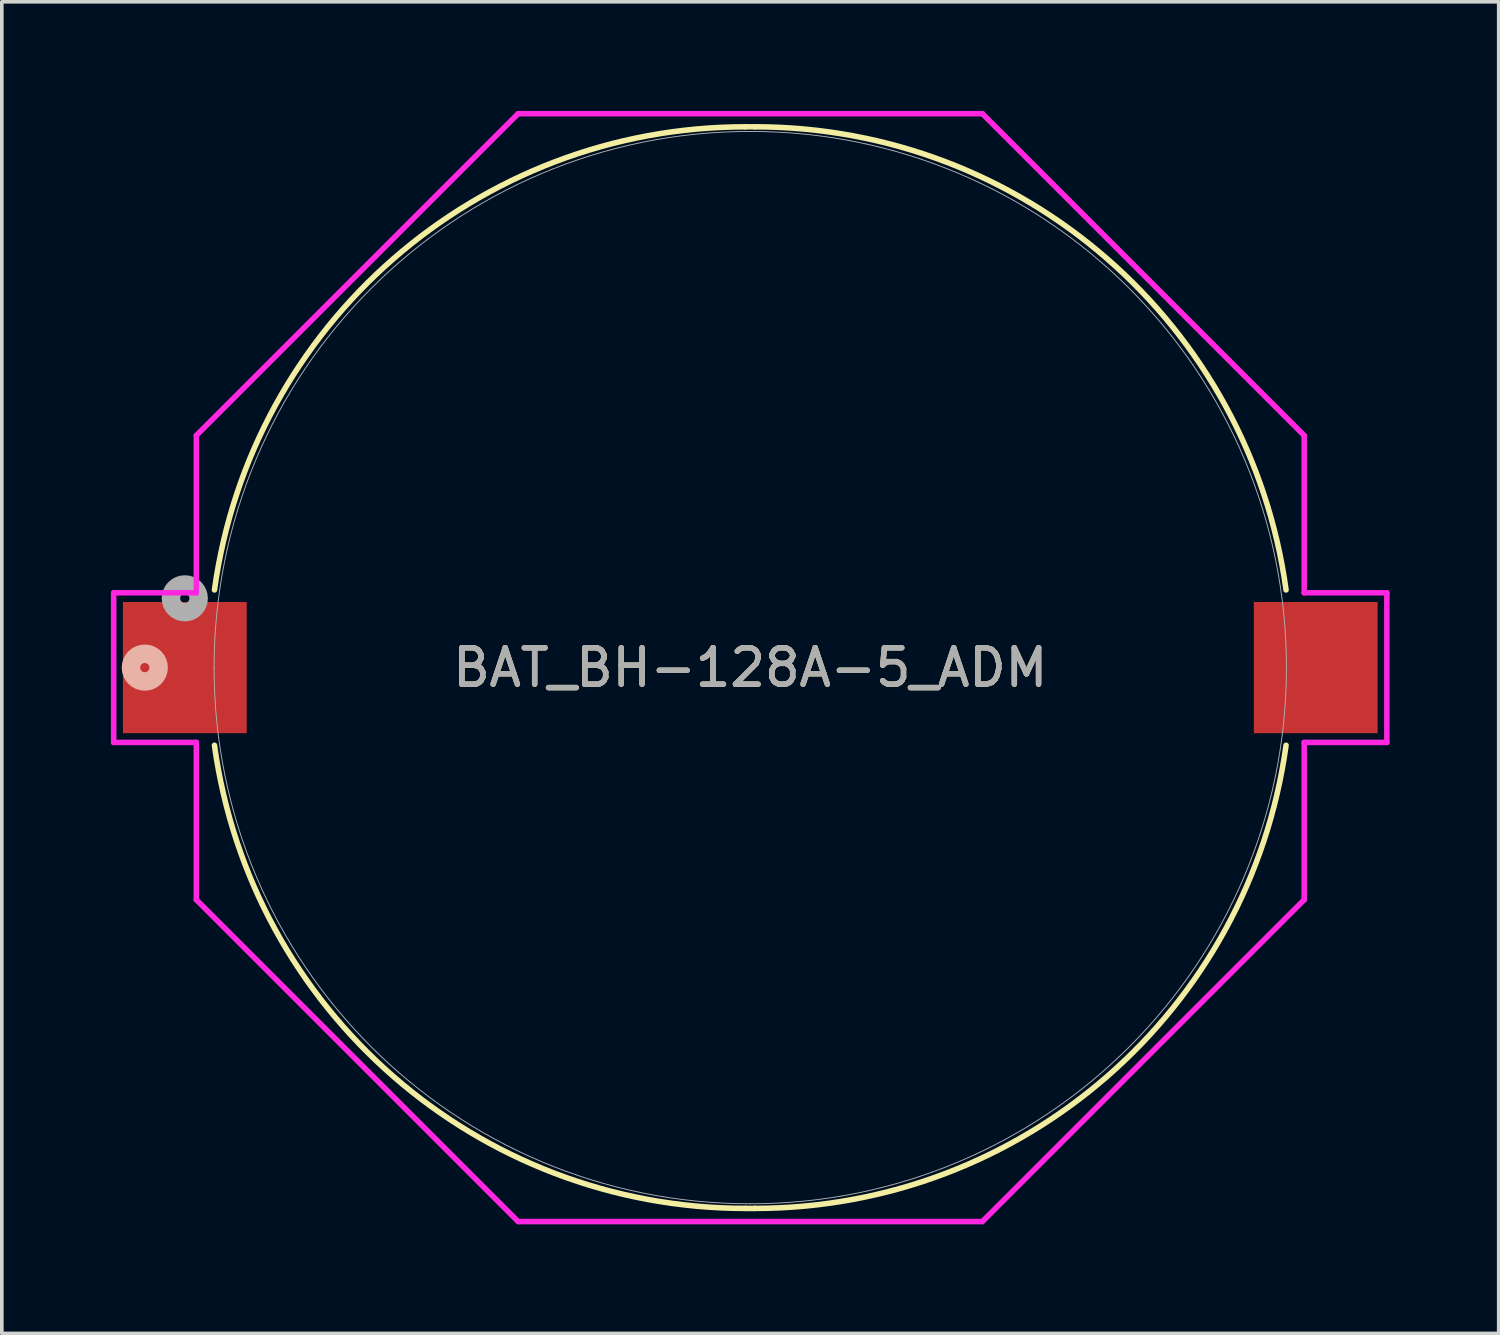
<source format=kicad_pcb>
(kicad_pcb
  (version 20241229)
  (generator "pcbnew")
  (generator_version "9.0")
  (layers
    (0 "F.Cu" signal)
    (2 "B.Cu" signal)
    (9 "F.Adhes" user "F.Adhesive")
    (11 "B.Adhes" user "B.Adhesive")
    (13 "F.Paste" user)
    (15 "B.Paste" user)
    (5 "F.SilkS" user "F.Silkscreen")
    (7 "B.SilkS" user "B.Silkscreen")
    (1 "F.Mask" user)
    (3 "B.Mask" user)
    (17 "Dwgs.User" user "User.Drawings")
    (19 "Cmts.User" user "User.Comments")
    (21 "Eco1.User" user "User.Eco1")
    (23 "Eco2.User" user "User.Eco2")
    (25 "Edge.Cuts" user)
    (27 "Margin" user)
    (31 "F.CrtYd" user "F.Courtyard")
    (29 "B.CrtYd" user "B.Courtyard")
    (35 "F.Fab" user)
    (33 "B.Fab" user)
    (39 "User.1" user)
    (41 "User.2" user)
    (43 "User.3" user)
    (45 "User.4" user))
  (footprint "BAT_BH-128A-5_ADM"
    (layer "F.Cu")
    (at 17.582 15.309)
    (property "Reference" "BAT_BH-128A-5_ADM" (at 0 0 0) (unlocked yes) (layer "F.SilkS") (effects (font (size 1 1) (thickness 0.15))))
    (attr smd)
    (fp_line (start -0.127 14.872) (end 0.127 14.872) (stroke (width 0.152) (type solid)) (layer "F.SilkS"))
    (fp_line (start 0.127 -14.872) (end -0.127 -14.872) (stroke (width 0.152) (type solid)) (layer "F.SilkS"))
    (fp_arc (start -14.734174 -2.136139) (mid -9.816737 -11.240738) (end -0.127 -14.8717) (stroke (width 0.1524) (type solid)) (layer "F.SilkS"))
    (fp_arc (start -0.126996 14.8717) (mid -9.816735 11.24074) (end -14.734174 2.136143) (stroke (width 0.1524) (type solid)) (layer "F.SilkS"))
    (fp_arc (start 0.127001 -14.8717) (mid 9.816737 -11.240738) (end 14.734174 -2.13614) (stroke (width 0.1524) (type solid)) (layer "F.SilkS"))
    (fp_arc (start 14.734174 2.136139) (mid 9.816737 11.240738) (end 0.127 14.8717) (stroke (width 0.1524) (type solid)) (layer "F.SilkS"))
    (fp_circle (center -16.65 0) (end -16.269 0) (stroke (width 0.508) (type solid)) (fill no) (layer "B.SilkS"))
    (fp_line (start -17.506 -2.057) (end -17.506 2.057) (stroke (width 0.152) (type solid)) (layer "F.CrtYd"))
    (fp_line (start -17.506 2.057) (end -15.233 2.057) (stroke (width 0.152) (type solid)) (layer "F.CrtYd"))
    (fp_line (start -15.233 6.383) (end -6.383 15.233) (stroke (width 0.152) (type solid)) (layer "F.CrtYd"))
    (fp_line (start -15.233 -6.383) (end -15.233 -2.057) (stroke (width 0.152) (type solid)) (layer "F.CrtYd"))
    (fp_line (start -15.233 -2.057) (end -17.506 -2.057) (stroke (width 0.152) (type solid)) (layer "F.CrtYd"))
    (fp_line (start -15.233 2.057) (end -15.233 6.383) (stroke (width 0.152) (type solid)) (layer "F.CrtYd"))
    (fp_line (start -6.383 15.233) (end 6.383 15.233) (stroke (width 0.152) (type solid)) (layer "F.CrtYd"))
    (fp_line (start -6.383 -15.233) (end -15.233 -6.383) (stroke (width 0.152) (type solid)) (layer "F.CrtYd"))
    (fp_line (start 6.383 15.233) (end 15.233 6.383) (stroke (width 0.152) (type solid)) (layer "F.CrtYd"))
    (fp_line (start 6.383 -15.233) (end -6.383 -15.233) (stroke (width 0.152) (type solid)) (layer "F.CrtYd"))
    (fp_line (start 15.233 6.383) (end 15.233 2.057) (stroke (width 0.152) (type solid)) (layer "F.CrtYd"))
    (fp_line (start 15.233 -6.383) (end 6.383 -15.233) (stroke (width 0.152) (type solid)) (layer "F.CrtYd"))
    (fp_line (start 15.233 -2.057) (end 15.233 -6.383) (stroke (width 0.152) (type solid)) (layer "F.CrtYd"))
    (fp_line (start 15.233 2.057) (end 17.506 2.057) (stroke (width 0.152) (type solid)) (layer "F.CrtYd"))
    (fp_line (start 17.506 -2.057) (end 15.233 -2.057) (stroke (width 0.152) (type solid)) (layer "F.CrtYd"))
    (fp_line (start 17.506 2.057) (end 17.506 -2.057) (stroke (width 0.152) (type solid)) (layer "F.CrtYd"))
    (fp_line (start -14.745 0) (end -14.745 0) (stroke (width 0.025) (type solid)) (layer "F.Fab"))
    (fp_line (start 0 -14.745) (end 0 -14.745) (stroke (width 0.025) (type solid)) (layer "F.Fab"))
    (fp_line (start 0 14.745) (end 0 14.745) (stroke (width 0.025) (type solid)) (layer "F.Fab"))
    (fp_line (start 14.745 0) (end 14.745 0) (stroke (width 0.025) (type solid)) (layer "F.Fab"))
    (fp_arc (start -14.7447 0) (mid -10.426077 -10.426077) (end 0 -14.7447) (stroke (width 0.0254) (type solid)) (layer "F.Fab"))
    (fp_arc (start 0 -14.7447) (mid 10.426077 -10.426077) (end 14.7447 0) (stroke (width 0.0254) (type solid)) (layer "F.Fab"))
    (fp_arc (start 0 14.7447) (mid -10.426077 10.426077) (end -14.7447 0) (stroke (width 0.0254) (type solid)) (layer "F.Fab"))
    (fp_arc (start 14.7447 0) (mid 10.426077 10.426077) (end 0 14.7447) (stroke (width 0.0254) (type solid)) (layer "F.Fab"))
    (fp_circle (center -15.55 -1.905) (end -15.169 -1.905) (stroke (width 0.508) (type solid)) (fill no) (layer "F.Fab"))
    (fp_text user "${REFERENCE}" (at 0 0 0) (unlocked yes) (layer "F.Fab") (effects (font (size 1 1) (thickness 0.15))))
    (pad "1" smd rect (at -15.55 0) (size 3.404 3.607) (layers "F.Cu" "F.Mask" "F.Paste"))
    (pad "2" smd rect (at 15.55 0) (size 3.404 3.607) (layers "F.Cu" "F.Mask" "F.Paste")))
  (gr_rect
    (start -3 -3)
    (end 38.164 33.618)
    (stroke (width 0.1) (type default))
    (fill no)
    (layer "Edge.Cuts")))
</source>
